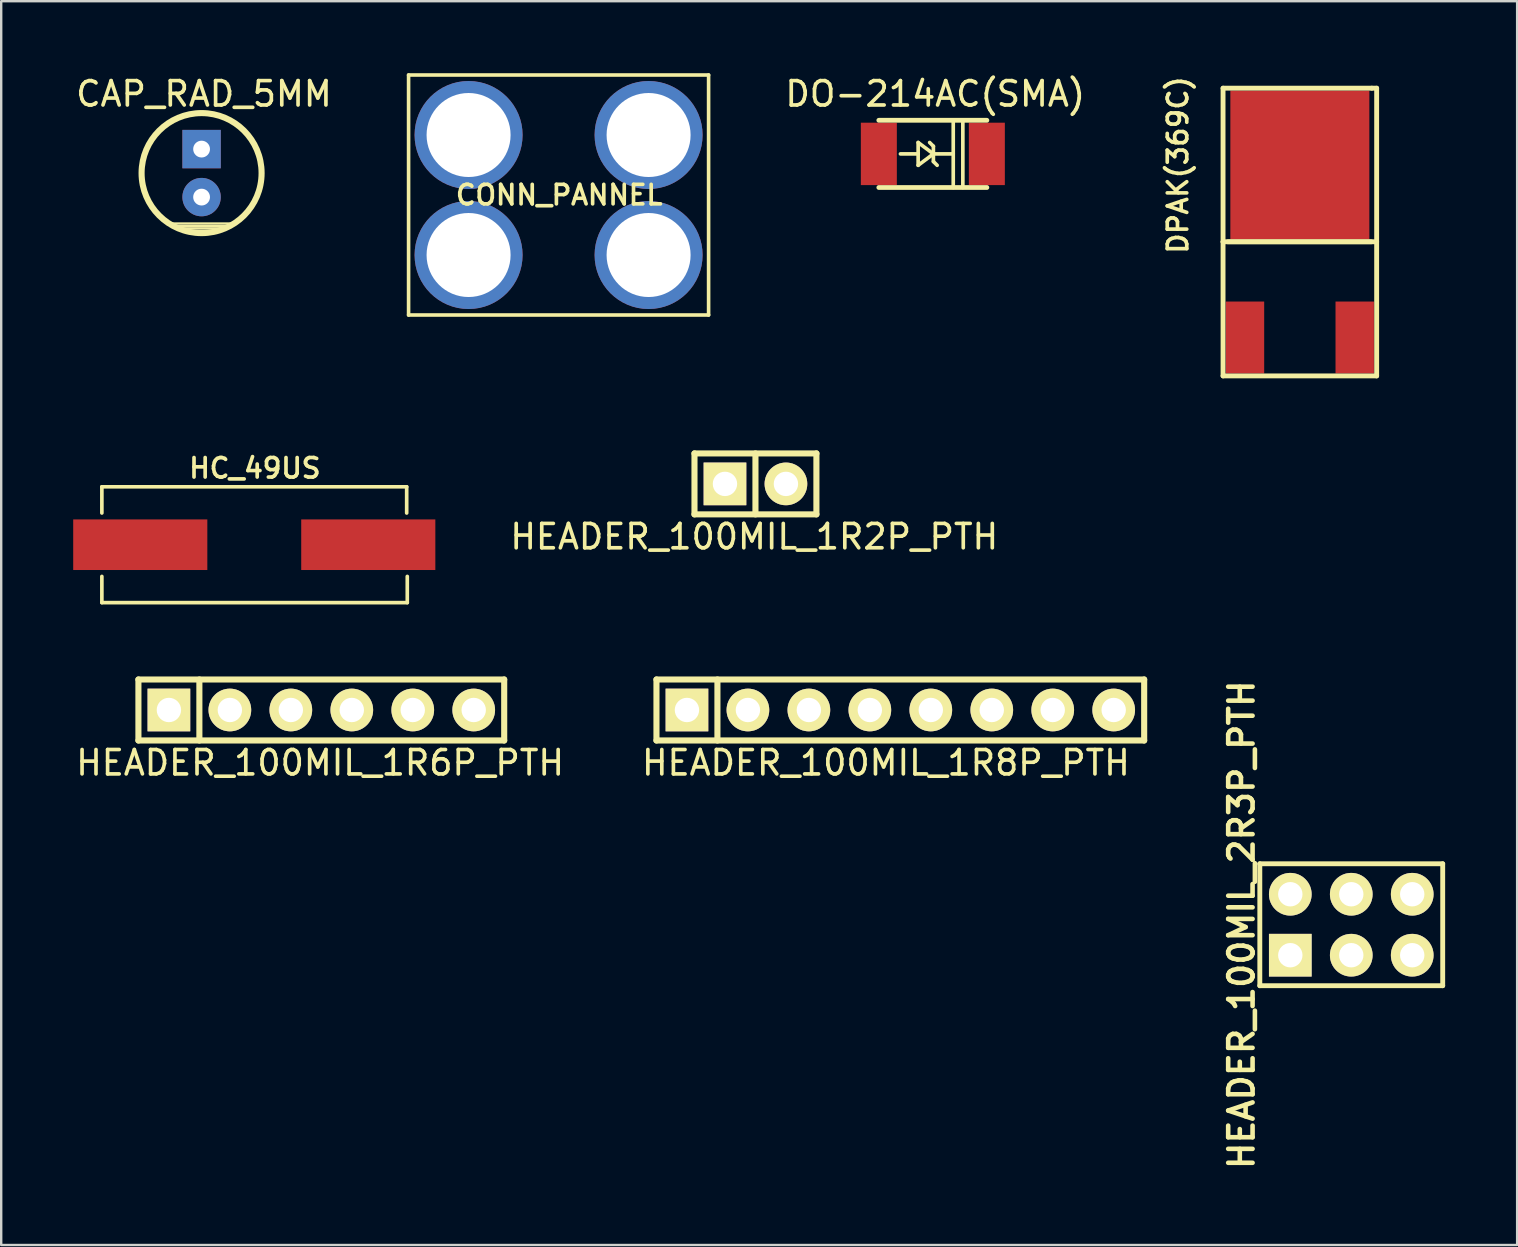
<source format=kicad_pcb>
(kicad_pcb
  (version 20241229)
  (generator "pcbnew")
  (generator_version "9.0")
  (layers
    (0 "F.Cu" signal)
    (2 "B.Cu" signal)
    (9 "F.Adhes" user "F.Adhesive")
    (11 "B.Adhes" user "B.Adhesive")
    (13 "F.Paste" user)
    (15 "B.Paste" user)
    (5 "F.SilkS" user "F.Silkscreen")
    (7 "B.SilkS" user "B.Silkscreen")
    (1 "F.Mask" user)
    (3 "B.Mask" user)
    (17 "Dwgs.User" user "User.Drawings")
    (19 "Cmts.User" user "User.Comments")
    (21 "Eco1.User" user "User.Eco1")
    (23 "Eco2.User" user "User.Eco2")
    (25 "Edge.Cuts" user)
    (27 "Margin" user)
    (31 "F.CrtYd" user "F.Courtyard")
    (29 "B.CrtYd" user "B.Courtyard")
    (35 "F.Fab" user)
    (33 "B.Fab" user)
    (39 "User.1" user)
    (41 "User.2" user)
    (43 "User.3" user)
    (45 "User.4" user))
  (footprint "CAP_RAD_5MM"
    (layer "F.Cu")
    (at 5.349 4.162)
    (property "Reference" "CAP_RAD_5MM" (at 0.1 -3.3 0) (layer "F.SilkS") (effects (font (size 1.016 1.016) (thickness 0.152))))
    (attr smd)
    (fp_line (start -1.3 2.1) (end 1.4 2.1) (stroke (width 0.099) (type solid)) (layer "F.SilkS"))
    (fp_line (start -1.2 2.2) (end 1.3 2.2) (stroke (width 0.099) (type solid)) (layer "F.SilkS"))
    (fp_line (start -1 2.3) (end 1 2.3) (stroke (width 0.099) (type solid)) (layer "F.SilkS"))
    (fp_line (start -0.7 2.4) (end 0.7 2.4) (stroke (width 0.099) (type solid)) (layer "F.SilkS"))
    (fp_circle (center 0 0) (end 2.5 0) (stroke (width 0.254) (type solid)) (fill no) (layer "F.SilkS"))
    (pad "1" thru_hole rect (at 0 -1 180) (size 1.6 1.6) (drill 0.7) (layers "*.Cu" "*.Mask"))
    (pad "2" thru_hole circle (at 0 1 180) (size 1.6 1.6) (drill 0.7) (layers "*.Cu" "*.Mask")))
  (footprint "DO-214AC(SMA)"
    (layer "F.Cu")
    (at 35.816 3.362)
    (property "Reference" "DO-214AC(SMA)" (at 0.1 -2.5 0) (layer "F.SilkS") (effects (font (size 1.016 1.016) (thickness 0.152))))
    (attr smd)
    (fp_line (start -2.25 -1.4) (end 2.25 -1.4) (stroke (width 0.2) (type solid)) (layer "F.SilkS"))
    (fp_line (start -0.65 0) (end -1.35 0) (stroke (width 0.152) (type solid)) (layer "F.SilkS"))
    (fp_line (start -0.612 -0.475) (end -0.612 0) (stroke (width 0.152) (type solid)) (layer "F.SilkS"))
    (fp_line (start -0.612 0) (end -0.612 0.475) (stroke (width 0.152) (type solid)) (layer "F.SilkS"))
    (fp_line (start -0.612 0.475) (end 0.023 0) (stroke (width 0.152) (type solid)) (layer "F.SilkS"))
    (fp_line (start 0.023 -0.318) (end -0.134 -0.475) (stroke (width 0.152) (type solid)) (layer "F.SilkS"))
    (fp_line (start 0.023 0) (end -0.612 -0.475) (stroke (width 0.152) (type solid)) (layer "F.SilkS"))
    (fp_line (start 0.023 0) (end 0.023 -0.318) (stroke (width 0.152) (type solid)) (layer "F.SilkS"))
    (fp_line (start 0.023 0) (end 0.023 0.318) (stroke (width 0.152) (type solid)) (layer "F.SilkS"))
    (fp_line (start 0.023 0.318) (end 0.18 0.475) (stroke (width 0.152) (type solid)) (layer "F.SilkS"))
    (fp_line (start 0.05 0) (end 0.85 0) (stroke (width 0.152) (type solid)) (layer "F.SilkS"))
    (fp_line (start 0.85 -1.4) (end 0.85 1.4) (stroke (width 0.152) (type solid)) (layer "F.SilkS"))
    (fp_line (start 1.25 -1.4) (end 1.25 1.4) (stroke (width 0.152) (type solid)) (layer "F.SilkS"))
    (fp_line (start 2.25 1.4) (end -2.25 1.4) (stroke (width 0.2) (type solid)) (layer "F.SilkS"))
    (pad "1" smd rect (at -2.25 0) (size 1.5 2.6) (layers "F.Cu" "F.Mask" "F.Paste"))
    (pad "2" smd rect (at 2.25 0) (size 1.5 2.6) (layers "F.Cu" "F.Mask" "F.Paste")))
  (footprint "CONN_PANNEL"
    (layer "F.Cu")
    (at 20.223 5.075)
    (property "Reference" "CONN_PANNEL" (at 0.025 0 0) (layer "F.SilkS") (effects (font (size 0.813 0.813) (thickness 0.152))))
    (attr through_hole)
    (fp_line (start -6.25 -5) (end 6.25 -5) (stroke (width 0.15) (type solid)) (layer "F.SilkS"))
    (fp_line (start -6.25 5) (end -6.25 -5) (stroke (width 0.15) (type solid)) (layer "F.SilkS"))
    (fp_line (start 6.25 -5) (end 6.25 5) (stroke (width 0.15) (type solid)) (layer "F.SilkS"))
    (fp_line (start 6.25 5) (end -6.25 5) (stroke (width 0.15) (type solid)) (layer "F.SilkS"))
    (pad "1" thru_hole circle (at -3.75 -2.5 180) (size 4.5 4.5) (drill 3.5) (layers "*.Cu" "*.Mask"))
    (pad "1" thru_hole circle (at -3.75 2.5 180) (size 4.5 4.5) (drill 3.5) (layers "*.Cu" "*.Mask"))
    (pad "1" thru_hole circle (at 3.75 -2.5 180) (size 4.5 4.5) (drill 3.5) (layers "*.Cu" "*.Mask"))
    (pad "1" thru_hole circle (at 3.75 2.5 180) (size 4.5 4.5) (drill 3.5) (layers "*.Cu" "*.Mask")))
  (footprint "HEADER_100MIL_1R6P_PTH"
    (layer "F.Cu")
    (at 10.337 26.531)
    (property "Reference" "HEADER_100MIL_1R6P_PTH" (at -0.05 2.2 0) (layer "F.SilkS") (effects (font (size 1.016 1.016) (thickness 0.152))))
    (attr through_hole)
    (fp_line (start -7.62 -1.27) (end 7.62 -1.27) (stroke (width 0.254) (type solid)) (layer "F.SilkS"))
    (fp_line (start -7.62 1.27) (end -7.62 -1.27) (stroke (width 0.254) (type solid)) (layer "F.SilkS"))
    (fp_line (start -5.08 -1.27) (end -5.08 1.27) (stroke (width 0.254) (type solid)) (layer "F.SilkS"))
    (fp_line (start 7.62 -1.27) (end 7.62 1.27) (stroke (width 0.254) (type solid)) (layer "F.SilkS"))
    (fp_line (start 7.62 1.27) (end -7.62 1.27) (stroke (width 0.254) (type solid)) (layer "F.SilkS"))
    (pad "1" thru_hole rect (at -6.35 0) (size 1.778 1.778) (drill 1.016) (layers "*.Cu" "*.Mask" "F.SilkS"))
    (pad "2" thru_hole circle (at -3.81 0) (size 1.778 1.778) (drill 1.016) (layers "*.Cu" "*.Mask" "F.SilkS"))
    (pad "3" thru_hole circle (at -1.27 0) (size 1.778 1.778) (drill 1.016) (layers "*.Cu" "*.Mask" "F.SilkS"))
    (pad "4" thru_hole circle (at 1.27 0) (size 1.778 1.778) (drill 1.016) (layers "*.Cu" "*.Mask" "F.SilkS"))
    (pad "5" thru_hole circle (at 3.81 0) (size 1.778 1.778) (drill 1.016) (layers "*.Cu" "*.Mask" "F.SilkS"))
    (pad "6" thru_hole circle (at 6.35 0) (size 1.778 1.778) (drill 1.016) (layers "*.Cu" "*.Mask" "F.SilkS")))
  (footprint "HEADER_100MIL_2R3P_PTH"
    (layer "F.Cu")
    (at 53.249 35.478)
    (property "Reference" "HEADER_100MIL_2R3P_PTH" (at -4.572 0 90) (layer "F.SilkS") (effects (font (size 1.016 1.016) (thickness 0.191))))
    (attr through_hole)
    (fp_line (start -3.81 -2.54) (end 3.81 -2.54) (stroke (width 0.203) (type solid)) (layer "F.SilkS"))
    (fp_line (start -3.81 2.54) (end -3.81 -2.54) (stroke (width 0.203) (type solid)) (layer "F.SilkS"))
    (fp_line (start 3.81 -2.54) (end 3.81 2.54) (stroke (width 0.203) (type solid)) (layer "F.SilkS"))
    (fp_line (start 3.81 2.54) (end -3.81 2.54) (stroke (width 0.203) (type solid)) (layer "F.SilkS"))
    (pad "1" thru_hole rect (at -2.54 1.27) (size 1.778 1.778) (drill 1.016) (layers "*.Cu" "*.Mask" "F.SilkS"))
    (pad "2" thru_hole circle (at -2.54 -1.27) (size 1.778 1.778) (drill 1.016) (layers "*.Cu" "*.Mask" "F.SilkS"))
    (pad "3" thru_hole circle (at 0 1.27) (size 1.778 1.778) (drill 1.016) (layers "*.Cu" "*.Mask" "F.SilkS"))
    (pad "4" thru_hole circle (at 0 -1.27) (size 1.778 1.778) (drill 1.016) (layers "*.Cu" "*.Mask" "F.SilkS"))
    (pad "5" thru_hole circle (at 2.54 1.27) (size 1.778 1.778) (drill 1.016) (layers "*.Cu" "*.Mask" "F.SilkS"))
    (pad "6" thru_hole circle (at 2.54 -1.27) (size 1.778 1.778) (drill 1.016) (layers "*.Cu" "*.Mask" "F.SilkS")))
  (footprint "HEADER_100MIL_1R2P_PTH"
    (layer "F.Cu")
    (at 28.425 17.111)
    (property "Reference" "HEADER_100MIL_1R2P_PTH" (at -0.05 2.2 0) (layer "F.SilkS") (effects (font (size 1.016 1.016) (thickness 0.152))))
    (attr through_hole)
    (fp_line (start -2.54 -1.27) (end 2.54 -1.27) (stroke (width 0.254) (type solid)) (layer "F.SilkS"))
    (fp_line (start -2.54 1.27) (end -2.54 -1.27) (stroke (width 0.254) (type solid)) (layer "F.SilkS"))
    (fp_line (start 0 -1.27) (end 0 1.27) (stroke (width 0.254) (type solid)) (layer "F.SilkS"))
    (fp_line (start 2.54 -1.27) (end 2.54 1.27) (stroke (width 0.254) (type solid)) (layer "F.SilkS"))
    (fp_line (start 2.54 1.27) (end -2.54 1.27) (stroke (width 0.254) (type solid)) (layer "F.SilkS"))
    (pad "1" thru_hole rect (at -1.27 0) (size 1.778 1.778) (drill 1.016) (layers "*.Cu" "*.Mask" "F.SilkS"))
    (pad "2" thru_hole circle (at 1.27 0) (size 1.778 1.778) (drill 1.016) (layers "*.Cu" "*.Mask" "F.SilkS")))
  (footprint "HC_49US"
    (layer "F.Cu")
    (at 7.544 19.645)
    (property "Reference" "HC_49US" (at 0.025 -3.188 0) (layer "F.SilkS") (effects (font (size 0.813 0.813) (thickness 0.152))))
    (attr through_hole)
    (fp_line (start -6.35 -2.413) (end -6.35 -1.321) (stroke (width 0.152) (type solid)) (layer "F.SilkS"))
    (fp_line (start -6.35 -2.413) (end 6.35 -2.413) (stroke (width 0.152) (type solid)) (layer "F.SilkS"))
    (fp_line (start -6.35 2.413) (end -6.35 1.321) (stroke (width 0.152) (type solid)) (layer "F.SilkS"))
    (fp_line (start 6.35 -2.413) (end 6.35 -1.321) (stroke (width 0.152) (type solid)) (layer "F.SilkS"))
    (fp_line (start 6.375 1.321) (end 6.375 2.413) (stroke (width 0.152) (type solid)) (layer "F.SilkS"))
    (fp_line (start 6.375 2.413) (end -6.35 2.413) (stroke (width 0.152) (type solid)) (layer "F.SilkS"))
    (pad "1" smd rect (at -4.75 0) (size 5.588 2.108) (layers "F.Cu" "F.Mask" "F.Paste"))
    (pad "2" smd rect (at 4.75 0) (size 5.588 2.108) (layers "F.Cu" "F.Mask" "F.Paste")))
  (footprint "DPAK(369C)"
    (layer "F.Cu")
    (at 51.107 6.618)
    (property "Reference" "DPAK(369C)" (at -5.08 -2.794 90) (layer "F.SilkS") (effects (font (size 0.813 0.813) (thickness 0.152))))
    (attr through_hole)
    (fp_line (start -3.2 -5.994) (end 2.997 -5.994) (stroke (width 0.203) (type solid)) (layer "F.SilkS"))
    (fp_line (start -3.2 0.406) (end -3.2 -5.994) (stroke (width 0.203) (type solid)) (layer "F.SilkS"))
    (fp_line (start -3.2 0.406) (end -3.2 5.994) (stroke (width 0.203) (type solid)) (layer "F.SilkS"))
    (fp_line (start -3.2 5.994) (end 3.2 5.994) (stroke (width 0.203) (type solid)) (layer "F.SilkS"))
    (fp_line (start -2.997 0.406) (end 2.972 0.406) (stroke (width 0.203) (type solid)) (layer "F.SilkS"))
    (fp_line (start 2.997 -5.994) (end 3.2 -5.994) (stroke (width 0.203) (type solid)) (layer "F.SilkS"))
    (fp_line (start 3.2 -5.994) (end 3.2 0.381) (stroke (width 0.203) (type solid)) (layer "F.SilkS"))
    (fp_line (start 3.2 0.406) (end -3.2 0.406) (stroke (width 0.203) (type solid)) (layer "F.SilkS"))
    (fp_line (start 3.2 5.994) (end 3.2 0.406) (stroke (width 0.203) (type solid)) (layer "F.SilkS"))
    (pad "1" smd rect (at -2.286 4.394) (size 1.6 2.997) (layers "F.Cu" "F.Mask" "F.Paste"))
    (pad "2" smd rect (at 0 -2.794) (size 5.791 6.198) (layers "F.Cu" "F.Mask" "F.Paste"))
    (pad "3" smd rect (at 2.286 4.394) (size 1.6 2.997) (layers "F.Cu" "F.Mask" "F.Paste")))
  (footprint "HEADER_100MIL_1R8P_PTH"
    (layer "F.Cu")
    (at 34.461 26.531)
    (property "Reference" "HEADER_100MIL_1R8P_PTH" (at -0.6 2.2 0) (layer "F.SilkS") (effects (font (size 1.016 1.016) (thickness 0.152))))
    (attr through_hole)
    (fp_line (start -10.16 1.27) (end -10.16 -1.27) (stroke (width 0.254) (type solid)) (layer "F.SilkS"))
    (fp_line (start -10.16 1.27) (end 10.16 1.27) (stroke (width 0.254) (type solid)) (layer "F.SilkS"))
    (fp_line (start -7.62 -1.27) (end -7.62 1.27) (stroke (width 0.254) (type solid)) (layer "F.SilkS"))
    (fp_line (start 10.16 -1.27) (end -10.16 -1.27) (stroke (width 0.254) (type solid)) (layer "F.SilkS"))
    (fp_line (start 10.16 -1.27) (end 10.16 1.27) (stroke (width 0.254) (type solid)) (layer "F.SilkS"))
    (pad "1" thru_hole rect (at -8.89 0) (size 1.778 1.778) (drill 1.016) (layers "*.Cu" "*.Mask" "F.SilkS"))
    (pad "2" thru_hole circle (at -6.35 0) (size 1.778 1.778) (drill 1.016) (layers "*.Cu" "*.Mask" "F.SilkS"))
    (pad "3" thru_hole circle (at -3.81 0) (size 1.778 1.778) (drill 1.016) (layers "*.Cu" "*.Mask" "F.SilkS"))
    (pad "4" thru_hole circle (at -1.27 0) (size 1.778 1.778) (drill 1.016) (layers "*.Cu" "*.Mask" "F.SilkS"))
    (pad "5" thru_hole circle (at 1.27 0) (size 1.778 1.778) (drill 1.016) (layers "*.Cu" "*.Mask" "F.SilkS"))
    (pad "6" thru_hole circle (at 3.81 0) (size 1.778 1.778) (drill 1.016) (layers "*.Cu" "*.Mask" "F.SilkS"))
    (pad "7" thru_hole circle (at 6.35 0) (size 1.778 1.778) (drill 1.016) (layers "*.Cu" "*.Mask" "F.SilkS"))
    (pad "8" thru_hole circle (at 8.89 0) (size 1.778 1.778) (drill 1.016) (layers "*.Cu" "*.Mask" "F.SilkS")))
  (gr_rect
    (start -3 -3)
    (end 60.16 48.822)
    (stroke (width 0.1) (type default))
    (fill no)
    (layer "Edge.Cuts")))
</source>
